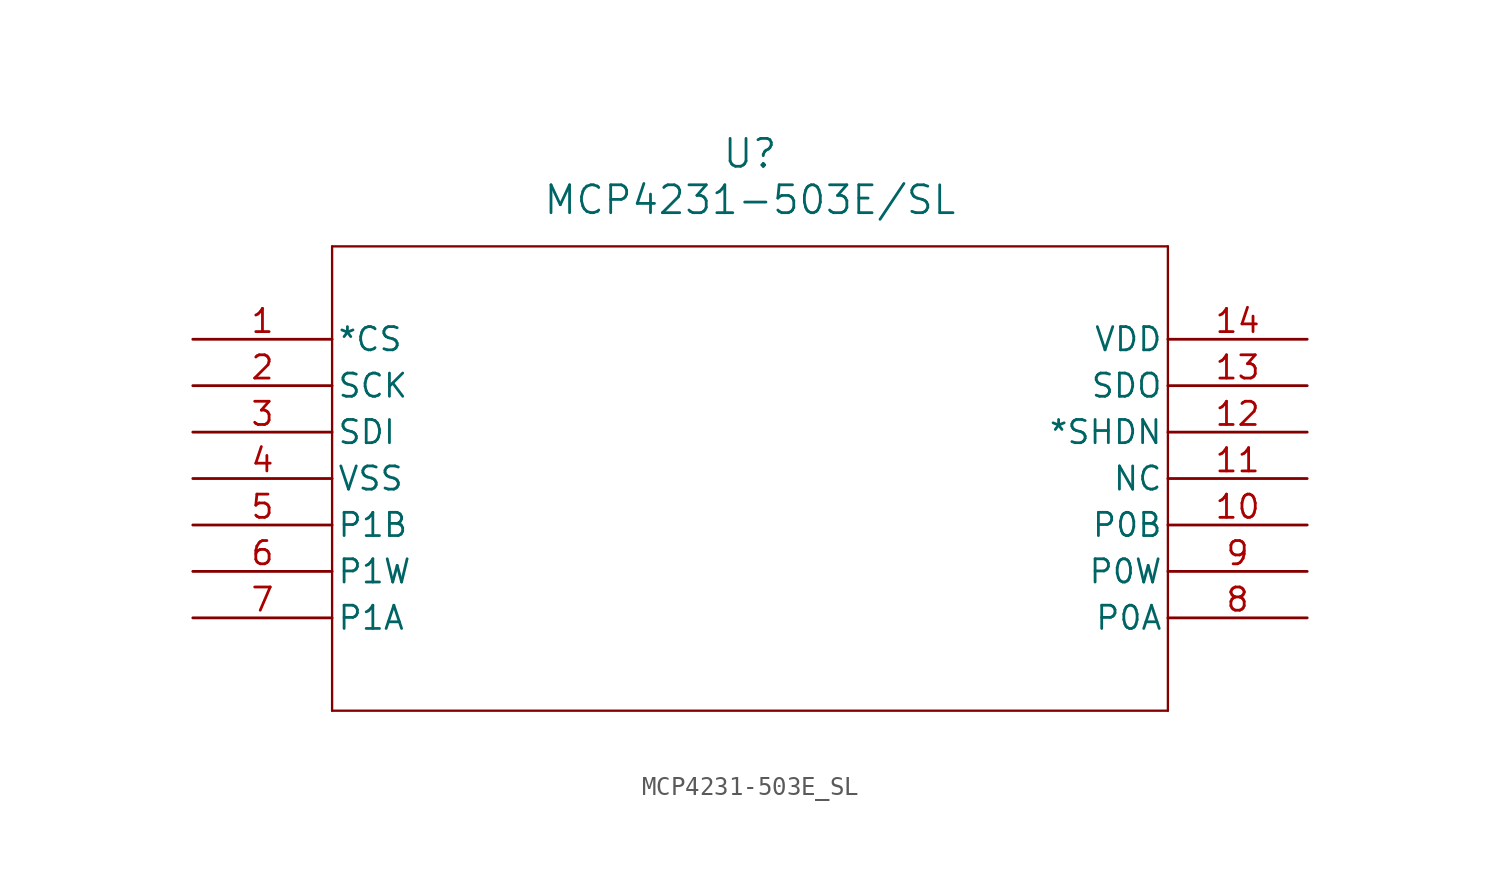
<source format=kicad_sym>
(kicad_symbol_lib
  (version 20211014)
  (generator kicad_symbol_editor)
  (symbol "MCP4231-503E_SL"
    (pin_names
      (offset 0.254))
    (property "Reference" "U"
      (at 30.48 10.16 0)
      (effects (font (size 1.524 1.524))))
    (property "Value" "MCP4231-503E/SL"
      (at 30.48 7.62 0)
      (effects (font (size 1.524 1.524))))
    (symbol "MCP4231-503E_SL_0_1"
      (polyline (pts (xy 7.62 5.08) (xy 7.62 -20.32)) (stroke (width 0.127) (type default) (color 0 0 0 0)) (fill (type none)))
      (polyline (pts (xy 7.62 -20.32) (xy 53.34 -20.32)) (stroke (width 0.127) (type default) (color 0 0 0 0)) (fill (type none)))
      (polyline (pts (xy 53.34 -20.32) (xy 53.34 5.08)) (stroke (width 0.127) (type default) (color 0 0 0 0)) (fill (type none)))
      (polyline (pts (xy 53.34 5.08) (xy 7.62 5.08)) (stroke (width 0.127) (type default) (color 0 0 0 0)) (fill (type none)))
      (pin unspecified line (at 0 0 0) (length 7.62) (name "*CS" (effects (font (size 1.27 1.27)))) (number "1" (effects (font (size 1.27 1.27)))))
      (pin unspecified line (at 0 -2.54 0) (length 7.62) (name "SCK" (effects (font (size 1.27 1.27)))) (number "2" (effects (font (size 1.27 1.27)))))
      (pin unspecified line (at 0 -5.08 0) (length 7.62) (name "SDI" (effects (font (size 1.27 1.27)))) (number "3" (effects (font (size 1.27 1.27)))))
      (pin unspecified line (at 0 -7.62 0) (length 7.62) (name "VSS" (effects (font (size 1.27 1.27)))) (number "4" (effects (font (size 1.27 1.27)))))
      (pin unspecified line (at 0 -10.16 0) (length 7.62) (name "P1B" (effects (font (size 1.27 1.27)))) (number "5" (effects (font (size 1.27 1.27)))))
      (pin unspecified line (at 0 -12.7 0) (length 7.62) (name "P1W" (effects (font (size 1.27 1.27)))) (number "6" (effects (font (size 1.27 1.27)))))
      (pin unspecified line (at 0 -15.24 0) (length 7.62) (name "P1A" (effects (font (size 1.27 1.27)))) (number "7" (effects (font (size 1.27 1.27)))))
      (pin unspecified line (at 60.96 -15.24 180) (length 7.62) (name "P0A" (effects (font (size 1.27 1.27)))) (number "8" (effects (font (size 1.27 1.27)))))
      (pin unspecified line (at 60.96 -12.7 180) (length 7.62) (name "P0W" (effects (font (size 1.27 1.27)))) (number "9" (effects (font (size 1.27 1.27)))))
      (pin unspecified line (at 60.96 -10.16 180) (length 7.62) (name "P0B" (effects (font (size 1.27 1.27)))) (number "10" (effects (font (size 1.27 1.27)))))
      (pin unspecified line (at 60.96 -7.62 180) (length 7.62) (name "NC" (effects (font (size 1.27 1.27)))) (number "11" (effects (font (size 1.27 1.27)))))
      (pin unspecified line (at 60.96 -5.08 180) (length 7.62) (name "*SHDN" (effects (font (size 1.27 1.27)))) (number "12" (effects (font (size 1.27 1.27)))))
      (pin unspecified line (at 60.96 -2.54 180) (length 7.62) (name "SDO" (effects (font (size 1.27 1.27)))) (number "13" (effects (font (size 1.27 1.27)))))
      (pin unspecified line (at 60.96 0 180) (length 7.62) (name "VDD" (effects (font (size 1.27 1.27)))) (number "14" (effects (font (size 1.27 1.27))))))))
</source>
